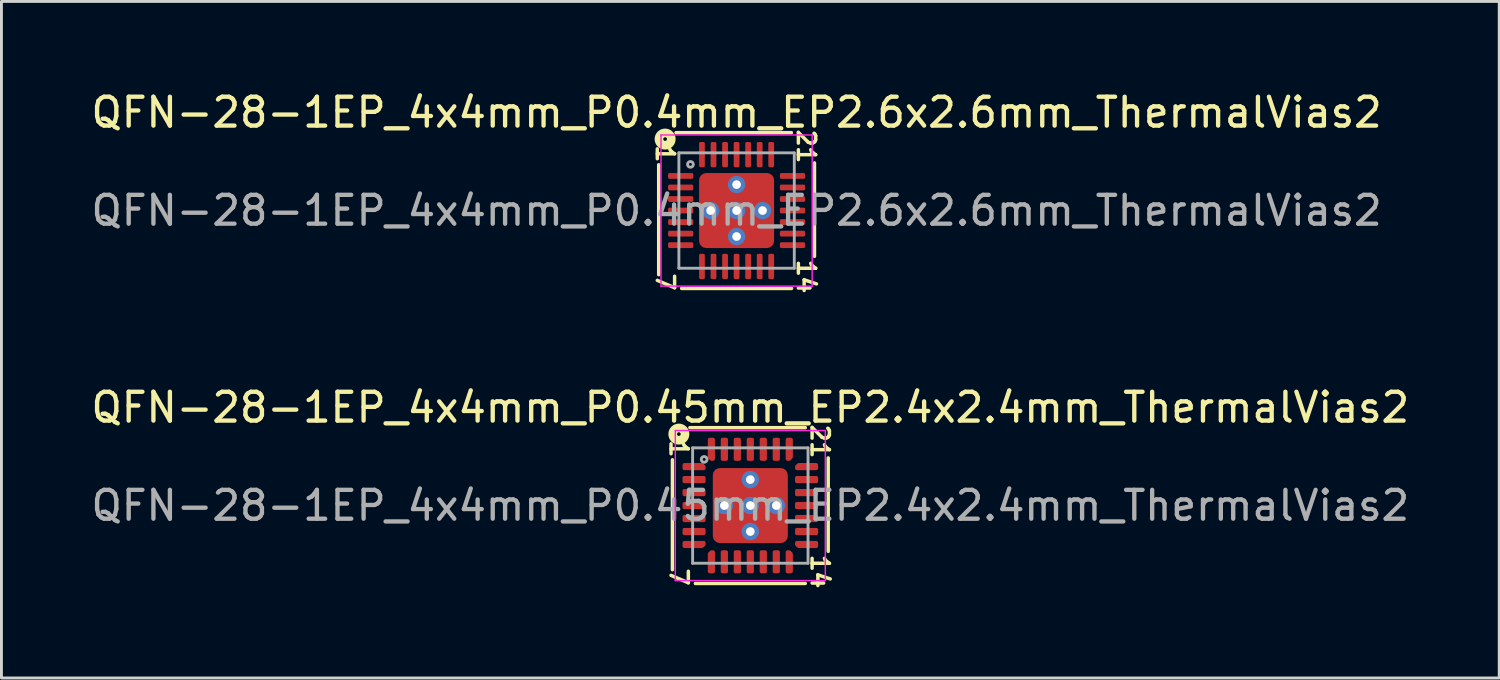
<source format=kicad_pcb>
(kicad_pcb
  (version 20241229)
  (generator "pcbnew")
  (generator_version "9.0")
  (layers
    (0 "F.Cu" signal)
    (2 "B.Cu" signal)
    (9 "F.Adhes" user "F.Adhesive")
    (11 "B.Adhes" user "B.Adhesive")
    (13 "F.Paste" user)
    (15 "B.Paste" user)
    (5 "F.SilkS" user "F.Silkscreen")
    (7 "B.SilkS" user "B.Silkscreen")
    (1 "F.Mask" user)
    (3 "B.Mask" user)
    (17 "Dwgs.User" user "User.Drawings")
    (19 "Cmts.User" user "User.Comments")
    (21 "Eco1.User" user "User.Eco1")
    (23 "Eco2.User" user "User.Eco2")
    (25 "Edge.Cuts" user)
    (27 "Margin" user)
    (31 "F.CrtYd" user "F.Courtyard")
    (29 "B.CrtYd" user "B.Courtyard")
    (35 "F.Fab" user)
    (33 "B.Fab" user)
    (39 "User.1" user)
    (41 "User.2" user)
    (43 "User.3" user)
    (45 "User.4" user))
  (footprint "QFN-28-1EP_4x4mm_P0.45mm_EP2.4x2.4mm_ThermalVias2"
    (layer "F.Cu")
    (at 22.958 14.474)
    (property "Reference" "QFN-28-1EP_4x4mm_P0.45mm_EP2.4x2.4mm_ThermalVias2" (at 0 -3.4 0) (layer "F.SilkS") (effects (font (size 1 1) (thickness 0.15))))
    (attr smd)
    (fp_line (start -2.7 -1.587) (end -2.7 2.223) (stroke (width 0.12) (type solid)) (layer "F.SilkS"))
    (fp_line (start -1.905 2.7) (end 1.905 2.7) (stroke (width 0.12) (type solid)) (layer "F.SilkS"))
    (fp_line (start 1.905 -2.7) (end -2.095 -2.7) (stroke (width 0.12) (type solid)) (layer "F.SilkS"))
    (fp_line (start 2.7 1.587) (end 2.7 -1.651) (stroke (width 0.12) (type solid)) (layer "F.SilkS"))
    (fp_circle (center -2.477 -2.477) (end -2.413 -2.477) (stroke (width 0.3) (type solid)) (fill no) (layer "F.SilkS"))
    (fp_line (start -2.6 -2.6) (end -2.6 2.6) (stroke (width 0.05) (type solid)) (layer "F.CrtYd"))
    (fp_line (start -2.6 2.6) (end 2.6 2.6) (stroke (width 0.05) (type solid)) (layer "F.CrtYd"))
    (fp_line (start 2.6 -2.6) (end -2.6 -2.6) (stroke (width 0.05) (type solid)) (layer "F.CrtYd"))
    (fp_line (start 2.6 2.6) (end 2.6 -2.6) (stroke (width 0.05) (type solid)) (layer "F.CrtYd"))
    (fp_line (start -2 -2) (end 2 -2) (stroke (width 0.1) (type solid)) (layer "F.Fab"))
    (fp_line (start -2 2) (end -2 -2) (stroke (width 0.1) (type solid)) (layer "F.Fab"))
    (fp_line (start 2 -2) (end 2 2) (stroke (width 0.1) (type solid)) (layer "F.Fab"))
    (fp_line (start 2 2) (end -2 2) (stroke (width 0.1) (type solid)) (layer "F.Fab"))
    (fp_circle (center -1.6 -1.6) (end -1.5 -1.6) (stroke (width 0.1) (type solid)) (fill no) (layer "F.Fab"))
    (fp_text user "7" (at -2.477 2.477 270) (unlocked yes) (layer "F.SilkS") (effects (font (size 0.6 0.6) (thickness 0.12))))
    (fp_text user "14" (at 2.413 2.286 270) (unlocked yes) (layer "F.SilkS") (effects (font (size 0.6 0.6) (thickness 0.12))))
    (fp_text user "21" (at 2.413 -2.223 270) (unlocked yes) (layer "F.SilkS") (effects (font (size 0.6 0.6) (thickness 0.12))))
    (fp_text user "1" (at -2.477 -1.968 270) (unlocked yes) (layer "F.SilkS") (effects (font (size 0.6 0.6) (thickness 0.12))))
    (fp_text user "${REFERENCE}" (at 0 0 0) (layer "F.Fab") (effects (font (size 1 1) (thickness 0.15))))
    (pad "" smd roundrect (at -0.75 -0.75) (size 0.7 0.7) (layers "F.Paste") (roundrect_rratio 0.25))
    (pad "" smd roundrect (at -0.75 -0.75) (size 0.9 0.9) (layers "F.Mask") (roundrect_rratio 0.25))
    (pad "" smd roundrect (at -0.75 0.75) (size 0.7 0.7) (layers "F.Paste") (roundrect_rratio 0.25))
    (pad "" smd roundrect (at -0.75 0.75) (size 0.9 0.9) (layers "F.Mask") (roundrect_rratio 0.25))
    (pad "" smd roundrect (at 0.75 -0.75) (size 0.7 0.7) (layers "F.Paste") (roundrect_rratio 0.25))
    (pad "" smd roundrect (at 0.75 -0.75) (size 0.9 0.9) (layers "F.Mask") (roundrect_rratio 0.25))
    (pad "" smd roundrect (at 0.75 0.75) (size 0.7 0.7) (layers "F.Paste") (roundrect_rratio 0.25))
    (pad "" smd roundrect (at 0.75 0.75) (size 0.9 0.9) (layers "F.Mask") (roundrect_rratio 0.25))
    (pad "1" smd custom (at -1.95 -1.35) (size 0.179 0.179) (layers "F.Cu" "F.Mask" "F.Paste") (options (anchor circle)) (primitives (gr_poly (pts (xy 0.338 0.001) (xy 0.338 0.062) (xy -0.338 0.062) (xy -0.338 -0.062) (xy 0.274 -0.062)) (width 0.125) (fill yes))))
    (pad "2" smd roundrect (at -1.95 -0.9) (size 0.8 0.25) (layers "F.Cu" "F.Mask" "F.Paste") (roundrect_rratio 0.25))
    (pad "3" smd roundrect (at -1.95 -0.45) (size 0.8 0.25) (layers "F.Cu" "F.Mask" "F.Paste") (roundrect_rratio 0.25))
    (pad "4" smd roundrect (at -1.95 0) (size 0.8 0.25) (layers "F.Cu" "F.Mask" "F.Paste") (roundrect_rratio 0.25))
    (pad "5" smd roundrect (at -1.95 0.45) (size 0.8 0.25) (layers "F.Cu" "F.Mask" "F.Paste") (roundrect_rratio 0.25))
    (pad "6" smd roundrect (at -1.95 0.9) (size 0.8 0.25) (layers "F.Cu" "F.Mask" "F.Paste") (roundrect_rratio 0.25))
    (pad "7" smd custom (at -1.95 1.35) (size 0.179 0.179) (layers "F.Cu" "F.Mask" "F.Paste") (options (anchor circle)) (primitives (gr_poly (pts (xy 0.338 -0.001) (xy 0.274 0.062) (xy -0.338 0.062) (xy -0.338 -0.062) (xy 0.338 -0.062)) (width 0.125) (fill yes))))
    (pad "8" smd custom (at -1.35 1.95) (size 0.179 0.179) (layers "F.Cu" "F.Mask" "F.Paste") (options (anchor circle)) (primitives (gr_poly (pts (xy 0.062 0.338) (xy -0.062 0.338) (xy -0.062 -0.274) (xy 0.001 -0.338) (xy 0.062 -0.338)) (width 0.125) (fill yes))))
    (pad "9" smd roundrect (at -0.9 1.95) (size 0.25 0.8) (layers "F.Cu" "F.Mask" "F.Paste") (roundrect_rratio 0.25))
    (pad "10" smd roundrect (at -0.45 1.95) (size 0.25 0.8) (layers "F.Cu" "F.Mask" "F.Paste") (roundrect_rratio 0.25))
    (pad "11" smd roundrect (at 0 1.95) (size 0.25 0.8) (layers "F.Cu" "F.Mask" "F.Paste") (roundrect_rratio 0.25))
    (pad "12" smd roundrect (at 0.45 1.95) (size 0.25 0.8) (layers "F.Cu" "F.Mask" "F.Paste") (roundrect_rratio 0.25))
    (pad "13" smd roundrect (at 0.9 1.95) (size 0.25 0.8) (layers "F.Cu" "F.Mask" "F.Paste") (roundrect_rratio 0.25))
    (pad "14" smd custom (at 1.35 1.95) (size 0.179 0.179) (layers "F.Cu" "F.Mask" "F.Paste") (options (anchor circle)) (primitives (gr_poly (pts (xy 0.062 -0.274) (xy 0.062 0.338) (xy -0.062 0.338) (xy -0.062 -0.338) (xy -0.001 -0.338)) (width 0.125) (fill yes))))
    (pad "15" smd custom (at 1.95 1.35) (size 0.179 0.179) (layers "F.Cu" "F.Mask" "F.Paste") (options (anchor circle)) (primitives (gr_poly (pts (xy 0.338 0.062) (xy -0.274 0.062) (xy -0.338 -0.001) (xy -0.338 -0.062) (xy 0.338 -0.062)) (width 0.125) (fill yes))))
    (pad "16" smd roundrect (at 1.95 0.9) (size 0.8 0.25) (layers "F.Cu" "F.Mask" "F.Paste") (roundrect_rratio 0.25))
    (pad "17" smd roundrect (at 1.95 0.45) (size 0.8 0.25) (layers "F.Cu" "F.Mask" "F.Paste") (roundrect_rratio 0.25))
    (pad "18" smd roundrect (at 1.95 0) (size 0.8 0.25) (layers "F.Cu" "F.Mask" "F.Paste") (roundrect_rratio 0.25))
    (pad "19" smd roundrect (at 1.95 -0.45) (size 0.8 0.25) (layers "F.Cu" "F.Mask" "F.Paste") (roundrect_rratio 0.25))
    (pad "20" smd roundrect (at 1.95 -0.9) (size 0.8 0.25) (layers "F.Cu" "F.Mask" "F.Paste") (roundrect_rratio 0.25))
    (pad "21" smd custom (at 1.95 -1.35) (size 0.179 0.179) (layers "F.Cu" "F.Mask" "F.Paste") (options (anchor circle)) (primitives (gr_poly (pts (xy 0.338 0.062) (xy -0.338 0.062) (xy -0.338 0.001) (xy -0.274 -0.062) (xy 0.338 -0.062)) (width 0.125) (fill yes))))
    (pad "22" smd custom (at 1.35 -1.95) (size 0.179 0.179) (layers "F.Cu" "F.Mask" "F.Paste") (options (anchor circle)) (primitives (gr_poly (pts (xy 0.062 0.274) (xy -0.001 0.338) (xy -0.062 0.338) (xy -0.062 -0.338) (xy 0.062 -0.338)) (width 0.125) (fill yes))))
    (pad "23" smd roundrect (at 0.9 -1.95) (size 0.25 0.8) (layers "F.Cu" "F.Mask" "F.Paste") (roundrect_rratio 0.25))
    (pad "24" smd roundrect (at 0.45 -1.95) (size 0.25 0.8) (layers "F.Cu" "F.Mask" "F.Paste") (roundrect_rratio 0.25))
    (pad "25" smd roundrect (at 0 -1.95) (size 0.25 0.8) (layers "F.Cu" "F.Mask" "F.Paste") (roundrect_rratio 0.25))
    (pad "26" smd roundrect (at -0.45 -1.95) (size 0.25 0.8) (layers "F.Cu" "F.Mask" "F.Paste") (roundrect_rratio 0.25))
    (pad "27" smd roundrect (at -0.9 -1.95) (size 0.25 0.8) (layers "F.Cu" "F.Mask" "F.Paste") (roundrect_rratio 0.25))
    (pad "28" smd custom (at -1.35 -1.95) (size 0.179 0.179) (layers "F.Cu" "F.Mask" "F.Paste") (options (anchor circle)) (primitives (gr_poly (pts (xy 0.062 0.338) (xy 0.001 0.338) (xy -0.062 0.274) (xy -0.062 -0.338) (xy 0.062 -0.338)) (width 0.125) (fill yes))))
    (pad "29" thru_hole circle (at -0.9 0) (size 0.6 0.6) (drill 0.3) (property pad_prop_heatsink) (layers "*.Cu" "*.Mask"))
    (pad "29" thru_hole circle (at 0 -0.9) (size 0.6 0.6) (drill 0.3) (property pad_prop_heatsink) (layers "*.Cu" "*.Mask"))
    (pad "29" thru_hole circle (at 0 0) (size 0.6 0.6) (drill 0.3) (property pad_prop_heatsink) (layers "*.Cu" "*.Mask"))
    (pad "29" smd roundrect (at 0 0) (size 2.6 2.6) (layers "F.Cu") (roundrect_rratio 0.096))
    (pad "29" thru_hole circle (at 0 0.9) (size 0.6 0.6) (drill 0.3) (property pad_prop_heatsink) (layers "*.Cu" "*.Mask"))
    (pad "29" thru_hole circle (at 0.9 0) (size 0.6 0.6) (drill 0.3) (property pad_prop_heatsink) (layers "*.Cu" "*.Mask")))
  (footprint "QFN-28-1EP_4x4mm_P0.4mm_EP2.6x2.6mm_ThermalVias2"
    (layer "F.Cu")
    (at 22.482 4.248)
    (property "Reference" "QFN-28-1EP_4x4mm_P0.4mm_EP2.6x2.6mm_ThermalVias2" (at 0 -3.4 0) (layer "F.SilkS") (effects (font (size 1 1) (thickness 0.15))))
    (attr smd)
    (fp_line (start -2.7 -1.587) (end -2.7 2.223) (stroke (width 0.12) (type solid)) (layer "F.SilkS"))
    (fp_line (start -1.905 2.7) (end 1.905 2.7) (stroke (width 0.12) (type solid)) (layer "F.SilkS"))
    (fp_line (start 1.9 -2.7) (end -2.1 -2.7) (stroke (width 0.12) (type solid)) (layer "F.SilkS"))
    (fp_line (start 2.7 1.587) (end 2.7 -1.651) (stroke (width 0.12) (type solid)) (layer "F.SilkS"))
    (fp_circle (center -2.477 -2.477) (end -2.413 -2.477) (stroke (width 0.3) (type solid)) (fill no) (layer "F.SilkS"))
    (fp_line (start -2.62 -2.62) (end -2.62 2.62) (stroke (width 0.05) (type solid)) (layer "F.CrtYd"))
    (fp_line (start -2.62 2.62) (end 2.62 2.62) (stroke (width 0.05) (type solid)) (layer "F.CrtYd"))
    (fp_line (start 2.62 -2.62) (end -2.62 -2.62) (stroke (width 0.05) (type solid)) (layer "F.CrtYd"))
    (fp_line (start 2.62 2.62) (end 2.62 -2.62) (stroke (width 0.05) (type solid)) (layer "F.CrtYd"))
    (fp_line (start -2 -2) (end 2 -2) (stroke (width 0.1) (type solid)) (layer "F.Fab"))
    (fp_line (start -2 2) (end -2 -2) (stroke (width 0.1) (type solid)) (layer "F.Fab"))
    (fp_line (start 2 -2) (end 2 2) (stroke (width 0.1) (type solid)) (layer "F.Fab"))
    (fp_line (start 2 2) (end -2 2) (stroke (width 0.1) (type solid)) (layer "F.Fab"))
    (fp_circle (center -1.6 -1.6) (end -1.5 -1.6) (stroke (width 0.1) (type solid)) (fill no) (layer "F.Fab"))
    (fp_text user "21" (at 2.413 -2.223 270) (unlocked yes) (layer "F.SilkS") (effects (font (size 0.6 0.6) (thickness 0.12))))
    (fp_text user "1" (at -2.477 -1.968 270) (unlocked yes) (layer "F.SilkS") (effects (font (size 0.6 0.6) (thickness 0.12))))
    (fp_text user "7" (at -2.477 2.477 270) (unlocked yes) (layer "F.SilkS") (effects (font (size 0.6 0.6) (thickness 0.12))))
    (fp_text user "14" (at 2.413 2.286 270) (unlocked yes) (layer "F.SilkS") (effects (font (size 0.6 0.6) (thickness 0.12))))
    (fp_text user "${REFERENCE}" (at 0 0 0) (layer "F.Fab") (effects (font (size 1 1) (thickness 0.15))))
    (pad "" smd roundrect (at -0.75 -0.75) (size 0.7 0.7) (layers "F.Paste") (roundrect_rratio 0.25))
    (pad "" smd roundrect (at -0.75 -0.75) (size 0.9 0.9) (layers "F.Mask") (roundrect_rratio 0.25))
    (pad "" smd roundrect (at -0.75 0.75) (size 0.7 0.7) (layers "F.Paste") (roundrect_rratio 0.25))
    (pad "" smd roundrect (at -0.75 0.75) (size 0.9 0.9) (layers "F.Mask") (roundrect_rratio 0.25))
    (pad "" smd roundrect (at 0.75 -0.75) (size 0.7 0.7) (layers "F.Paste") (roundrect_rratio 0.25))
    (pad "" smd roundrect (at 0.75 -0.75) (size 0.9 0.9) (layers "F.Mask") (roundrect_rratio 0.25))
    (pad "" smd roundrect (at 0.75 0.75) (size 0.7 0.7) (layers "F.Paste") (roundrect_rratio 0.25))
    (pad "" smd roundrect (at 0.75 0.75) (size 0.9 0.9) (layers "F.Mask") (roundrect_rratio 0.25))
    (pad "1" smd roundrect (at -1.938 -1.2) (size 0.875 0.2) (layers "F.Cu" "F.Mask" "F.Paste") (roundrect_rratio 0.25))
    (pad "2" smd roundrect (at -1.938 -0.8) (size 0.875 0.2) (layers "F.Cu" "F.Mask" "F.Paste") (roundrect_rratio 0.25))
    (pad "3" smd roundrect (at -1.938 -0.4) (size 0.875 0.2) (layers "F.Cu" "F.Mask" "F.Paste") (roundrect_rratio 0.25))
    (pad "4" smd roundrect (at -1.938 0) (size 0.875 0.2) (layers "F.Cu" "F.Mask" "F.Paste") (roundrect_rratio 0.25))
    (pad "5" smd roundrect (at -1.938 0.4) (size 0.875 0.2) (layers "F.Cu" "F.Mask" "F.Paste") (roundrect_rratio 0.25))
    (pad "6" smd roundrect (at -1.938 0.8) (size 0.875 0.2) (layers "F.Cu" "F.Mask" "F.Paste") (roundrect_rratio 0.25))
    (pad "7" smd roundrect (at -1.938 1.2) (size 0.875 0.2) (layers "F.Cu" "F.Mask" "F.Paste") (roundrect_rratio 0.25))
    (pad "8" smd roundrect (at -1.2 1.938) (size 0.2 0.875) (layers "F.Cu" "F.Mask" "F.Paste") (roundrect_rratio 0.25))
    (pad "9" smd roundrect (at -0.8 1.938) (size 0.2 0.875) (layers "F.Cu" "F.Mask" "F.Paste") (roundrect_rratio 0.25))
    (pad "10" smd roundrect (at -0.4 1.938) (size 0.2 0.875) (layers "F.Cu" "F.Mask" "F.Paste") (roundrect_rratio 0.25))
    (pad "11" smd roundrect (at 0 1.938) (size 0.2 0.875) (layers "F.Cu" "F.Mask" "F.Paste") (roundrect_rratio 0.25))
    (pad "12" smd roundrect (at 0.4 1.938) (size 0.2 0.875) (layers "F.Cu" "F.Mask" "F.Paste") (roundrect_rratio 0.25))
    (pad "13" smd roundrect (at 0.8 1.938) (size 0.2 0.875) (layers "F.Cu" "F.Mask" "F.Paste") (roundrect_rratio 0.25))
    (pad "14" smd roundrect (at 1.2 1.938) (size 0.2 0.875) (layers "F.Cu" "F.Mask" "F.Paste") (roundrect_rratio 0.25))
    (pad "15" smd roundrect (at 1.938 1.2) (size 0.875 0.2) (layers "F.Cu" "F.Mask" "F.Paste") (roundrect_rratio 0.25))
    (pad "16" smd roundrect (at 1.938 0.8) (size 0.875 0.2) (layers "F.Cu" "F.Mask" "F.Paste") (roundrect_rratio 0.25))
    (pad "17" smd roundrect (at 1.938 0.4) (size 0.875 0.2) (layers "F.Cu" "F.Mask" "F.Paste") (roundrect_rratio 0.25))
    (pad "18" smd roundrect (at 1.938 0) (size 0.875 0.2) (layers "F.Cu" "F.Mask" "F.Paste") (roundrect_rratio 0.25))
    (pad "19" smd roundrect (at 1.938 -0.4) (size 0.875 0.2) (layers "F.Cu" "F.Mask" "F.Paste") (roundrect_rratio 0.25))
    (pad "20" smd roundrect (at 1.938 -0.8) (size 0.875 0.2) (layers "F.Cu" "F.Mask" "F.Paste") (roundrect_rratio 0.25))
    (pad "21" smd roundrect (at 1.938 -1.2) (size 0.875 0.2) (layers "F.Cu" "F.Mask" "F.Paste") (roundrect_rratio 0.25))
    (pad "22" smd roundrect (at 1.2 -1.938) (size 0.2 0.875) (layers "F.Cu" "F.Mask" "F.Paste") (roundrect_rratio 0.25))
    (pad "23" smd roundrect (at 0.8 -1.938) (size 0.2 0.875) (layers "F.Cu" "F.Mask" "F.Paste") (roundrect_rratio 0.25))
    (pad "24" smd roundrect (at 0.4 -1.938) (size 0.2 0.875) (layers "F.Cu" "F.Mask" "F.Paste") (roundrect_rratio 0.25))
    (pad "25" smd roundrect (at 0 -1.938) (size 0.2 0.875) (layers "F.Cu" "F.Mask" "F.Paste") (roundrect_rratio 0.25))
    (pad "26" smd roundrect (at -0.4 -1.938) (size 0.2 0.875) (layers "F.Cu" "F.Mask" "F.Paste") (roundrect_rratio 0.25))
    (pad "27" smd roundrect (at -0.8 -1.938) (size 0.2 0.875) (layers "F.Cu" "F.Mask" "F.Paste") (roundrect_rratio 0.25))
    (pad "28" smd roundrect (at -1.2 -1.938) (size 0.2 0.875) (layers "F.Cu" "F.Mask" "F.Paste") (roundrect_rratio 0.25))
    (pad "29" thru_hole circle (at -0.9 0) (size 0.6 0.6) (drill 0.3) (property pad_prop_heatsink) (layers "*.Cu" "*.Mask"))
    (pad "29" thru_hole circle (at 0 -0.9) (size 0.6 0.6) (drill 0.3) (property pad_prop_heatsink) (layers "*.Cu" "*.Mask"))
    (pad "29" thru_hole circle (at 0 0) (size 0.6 0.6) (drill 0.3) (property pad_prop_heatsink) (layers "*.Cu" "*.Mask"))
    (pad "29" smd roundrect (at 0 0) (size 2.6 2.6) (layers "F.Cu") (roundrect_rratio 0.096))
    (pad "29" thru_hole circle (at 0 0.9) (size 0.6 0.6) (drill 0.3) (property pad_prop_heatsink) (layers "*.Cu" "*.Mask"))
    (pad "29" thru_hole circle (at 0.9 0) (size 0.6 0.6) (drill 0.3) (property pad_prop_heatsink) (layers "*.Cu" "*.Mask")))
  (gr_rect
    (start -3 -3)
    (end 48.917 20.451)
    (stroke (width 0.1) (type default))
    (fill no)
    (layer "Edge.Cuts")))
</source>
